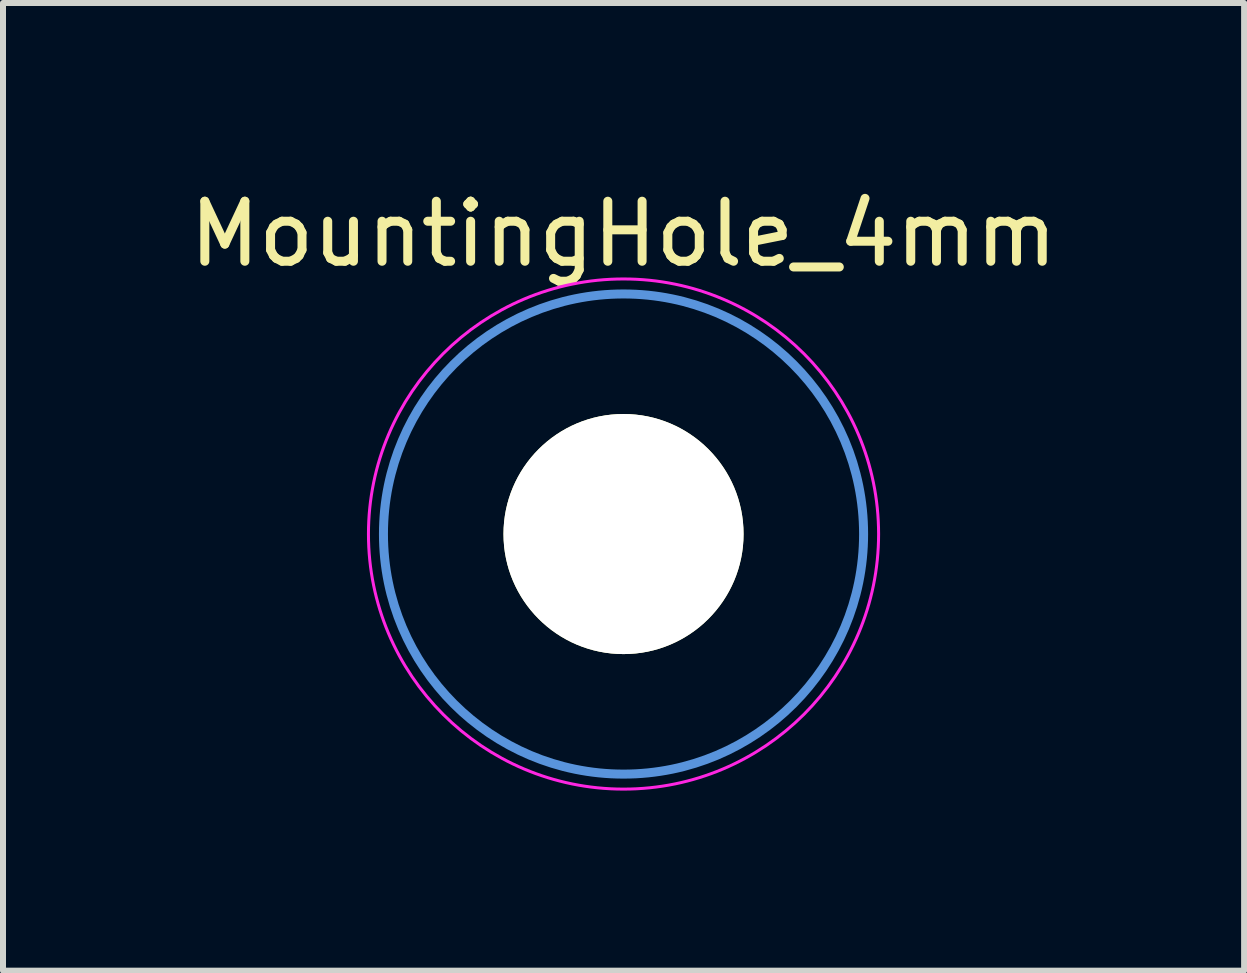
<source format=kicad_pcb>
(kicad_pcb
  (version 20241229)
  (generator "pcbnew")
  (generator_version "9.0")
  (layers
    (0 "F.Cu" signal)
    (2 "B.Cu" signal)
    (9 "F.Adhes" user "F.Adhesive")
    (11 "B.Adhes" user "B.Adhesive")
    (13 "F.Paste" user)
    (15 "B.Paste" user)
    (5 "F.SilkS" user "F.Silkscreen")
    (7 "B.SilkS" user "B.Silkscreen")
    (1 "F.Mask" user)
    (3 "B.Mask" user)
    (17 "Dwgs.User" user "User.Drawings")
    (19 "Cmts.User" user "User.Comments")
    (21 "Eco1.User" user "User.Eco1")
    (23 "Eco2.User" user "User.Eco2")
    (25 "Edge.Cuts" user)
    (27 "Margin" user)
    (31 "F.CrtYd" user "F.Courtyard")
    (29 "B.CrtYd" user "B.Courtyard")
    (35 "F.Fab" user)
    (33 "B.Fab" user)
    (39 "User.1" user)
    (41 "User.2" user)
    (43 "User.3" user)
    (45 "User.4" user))
  (footprint "MountingHole_4mm"
    (layer "F.Cu")
    (at 7.339 5.848)
    (property "Reference" "MountingHole_4mm" (at 0 -5 0) (layer "F.SilkS") (effects (font (size 1 1) (thickness 0.15))))
    (attr through_hole)
    (fp_circle (center 0 0) (end 4 0) (stroke (width 0.15) (type solid)) (fill no) (layer "Cmts.User"))
    (fp_circle (center 0 0) (end 4.25 0) (stroke (width 0.05) (type solid)) (fill no) (layer "F.CrtYd"))
    (pad "" np_thru_hole circle (at 0 0) (size 4 4) (drill 4) (layers "*.Cu" "*.Mask" "F.SilkS")))
  (gr_rect
    (start -3 -3)
    (end 17.679 13.123)
    (stroke (width 0.1) (type default))
    (fill no)
    (layer "Edge.Cuts")))
</source>
